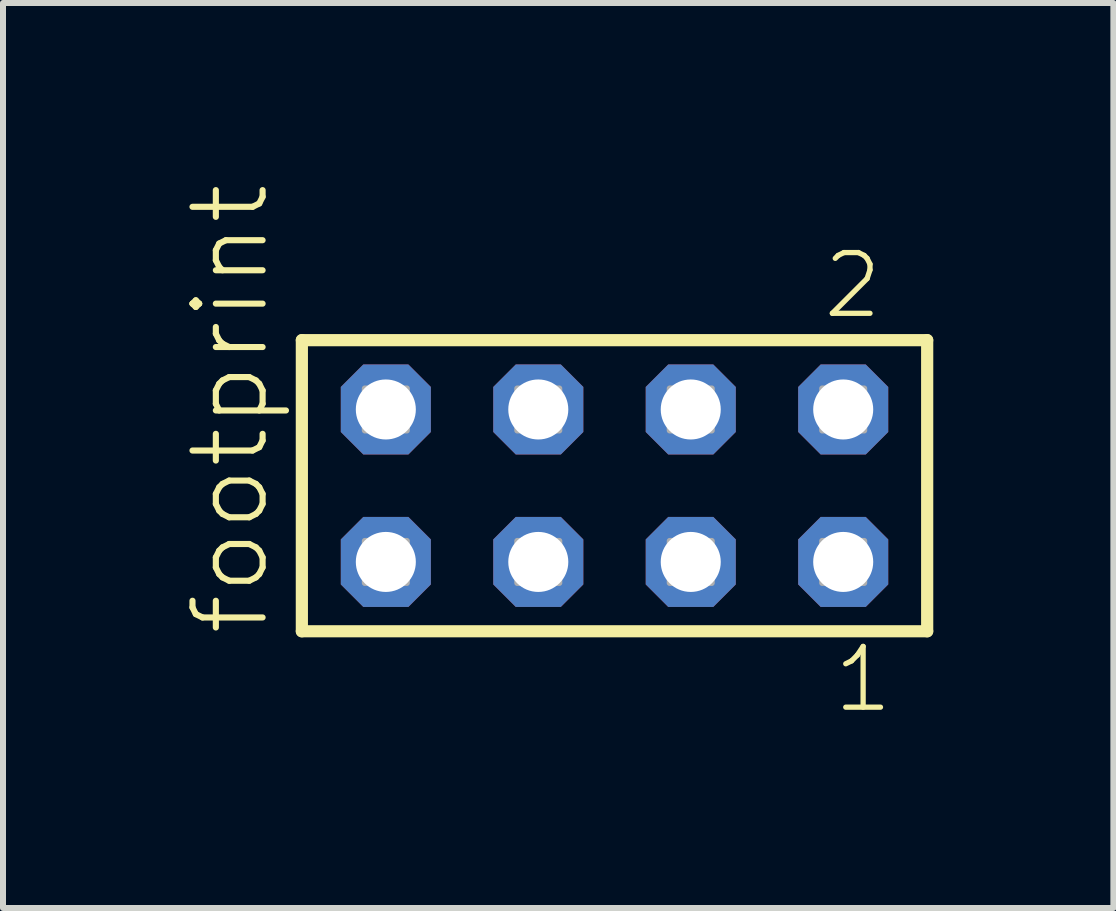
<source format=kicad_pcb>
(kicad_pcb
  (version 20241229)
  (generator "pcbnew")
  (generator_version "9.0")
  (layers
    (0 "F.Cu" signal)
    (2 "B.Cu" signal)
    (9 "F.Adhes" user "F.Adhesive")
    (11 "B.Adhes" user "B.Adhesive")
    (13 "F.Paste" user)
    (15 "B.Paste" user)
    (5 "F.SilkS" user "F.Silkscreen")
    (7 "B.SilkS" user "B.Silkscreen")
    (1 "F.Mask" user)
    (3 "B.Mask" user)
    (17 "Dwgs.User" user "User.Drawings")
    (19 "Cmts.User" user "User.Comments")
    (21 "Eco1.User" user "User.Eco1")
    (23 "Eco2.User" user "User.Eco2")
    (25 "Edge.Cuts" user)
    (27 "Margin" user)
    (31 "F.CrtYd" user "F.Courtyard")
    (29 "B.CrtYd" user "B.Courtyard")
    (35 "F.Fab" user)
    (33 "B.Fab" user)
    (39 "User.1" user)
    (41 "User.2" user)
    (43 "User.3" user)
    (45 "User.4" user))
  (footprint "footprint"
    (layer "F.Cu")
    (at 7.188 5.042)
    (property "Reference" "footprint" (at -5.715 2.54 90) (layer "F.SilkS") (effects (font (size 1.168 1.168) (thickness 0.102)) (justify left bottom)))
    (fp_line (start -5.209 -2.425) (end 5.209 -2.425) (stroke (width 0.203) (type solid)) (layer "F.SilkS"))
    (fp_line (start -5.209 2.425) (end -5.209 -2.425) (stroke (width 0.203) (type solid)) (layer "F.SilkS"))
    (fp_line (start 5.209 -2.425) (end 5.209 2.425) (stroke (width 0.203) (type solid)) (layer "F.SilkS"))
    (fp_line (start 5.209 2.425) (end -5.209 2.425) (stroke (width 0.203) (type solid)) (layer "F.SilkS"))
    (fp_poly (pts (xy -4.16 -0.92) (xy -3.46 -0.92) (xy -3.46 -1.62) (xy -4.16 -1.62)) (stroke (width 0.1) (type solid)) (fill no) (layer "F.Fab"))
    (fp_poly (pts (xy -4.16 1.62) (xy -3.46 1.62) (xy -3.46 0.92) (xy -4.16 0.92)) (stroke (width 0.1) (type solid)) (fill no) (layer "F.Fab"))
    (fp_poly (pts (xy -1.62 -0.92) (xy -0.92 -0.92) (xy -0.92 -1.62) (xy -1.62 -1.62)) (stroke (width 0.1) (type solid)) (fill no) (layer "F.Fab"))
    (fp_poly (pts (xy -1.62 1.62) (xy -0.92 1.62) (xy -0.92 0.92) (xy -1.62 0.92)) (stroke (width 0.1) (type solid)) (fill no) (layer "F.Fab"))
    (fp_poly (pts (xy 0.92 -0.92) (xy 1.62 -0.92) (xy 1.62 -1.62) (xy 0.92 -1.62)) (stroke (width 0.1) (type solid)) (fill no) (layer "F.Fab"))
    (fp_poly (pts (xy 0.92 1.62) (xy 1.62 1.62) (xy 1.62 0.92) (xy 0.92 0.92)) (stroke (width 0.1) (type solid)) (fill no) (layer "F.Fab"))
    (fp_poly (pts (xy 3.46 -0.92) (xy 4.16 -0.92) (xy 4.16 -1.62) (xy 3.46 -1.62)) (stroke (width 0.1) (type solid)) (fill no) (layer "F.Fab"))
    (fp_poly (pts (xy 3.46 1.62) (xy 4.16 1.62) (xy 4.16 0.92) (xy 3.46 0.92)) (stroke (width 0.1) (type solid)) (fill no) (layer "F.Fab"))
    (fp_text user "1" (at 3.602 3.818 0) (layer "F.SilkS") (effects (font (size 1.012 1.012) (thickness 0.088)) (justify left bottom)))
    (fp_text user "2" (at 3.427 -2.744 0) (layer "F.SilkS") (effects (font (size 1.012 1.012) (thickness 0.088)) (justify left bottom)))
    (pad "1" thru_hole roundrect (at 3.81 1.27 180) (size 1.5 1.5) (drill 1) (layers "*.Cu" "*.Mask") (roundrect_rratio 0.25) (chamfer_ratio 0.25) (chamfer top_left top_right bottom_left bottom_right))
    (pad "2" thru_hole roundrect (at 3.81 -1.27 180) (size 1.5 1.5) (drill 1) (layers "*.Cu" "*.Mask") (roundrect_rratio 0.25) (chamfer_ratio 0.25) (chamfer top_left top_right bottom_left bottom_right))
    (pad "3" thru_hole roundrect (at 1.27 1.27 180) (size 1.5 1.5) (drill 1) (layers "*.Cu" "*.Mask") (roundrect_rratio 0.25) (chamfer_ratio 0.25) (chamfer top_left top_right bottom_left bottom_right))
    (pad "4" thru_hole roundrect (at 1.27 -1.27 180) (size 1.5 1.5) (drill 1) (layers "*.Cu" "*.Mask") (roundrect_rratio 0.25) (chamfer_ratio 0.25) (chamfer top_left top_right bottom_left bottom_right))
    (pad "5" thru_hole roundrect (at -1.27 1.27 180) (size 1.5 1.5) (drill 1) (layers "*.Cu" "*.Mask") (roundrect_rratio 0.25) (chamfer_ratio 0.25) (chamfer top_left top_right bottom_left bottom_right))
    (pad "6" thru_hole roundrect (at -1.27 -1.27 180) (size 1.5 1.5) (drill 1) (layers "*.Cu" "*.Mask") (roundrect_rratio 0.25) (chamfer_ratio 0.25) (chamfer top_left top_right bottom_left bottom_right))
    (pad "7" thru_hole roundrect (at -3.81 1.27 180) (size 1.5 1.5) (drill 1) (layers "*.Cu" "*.Mask") (roundrect_rratio 0.25) (chamfer_ratio 0.25) (chamfer top_left top_right bottom_left bottom_right))
    (pad "8" thru_hole roundrect (at -3.81 -1.27 180) (size 1.5 1.5) (drill 1) (layers "*.Cu" "*.Mask") (roundrect_rratio 0.25) (chamfer_ratio 0.25) (chamfer top_left top_right bottom_left bottom_right)))
  (gr_rect
    (start -3 -3)
    (end 15.499 12.077)
    (stroke (width 0.1) (type default))
    (fill no)
    (layer "Edge.Cuts")))
</source>
